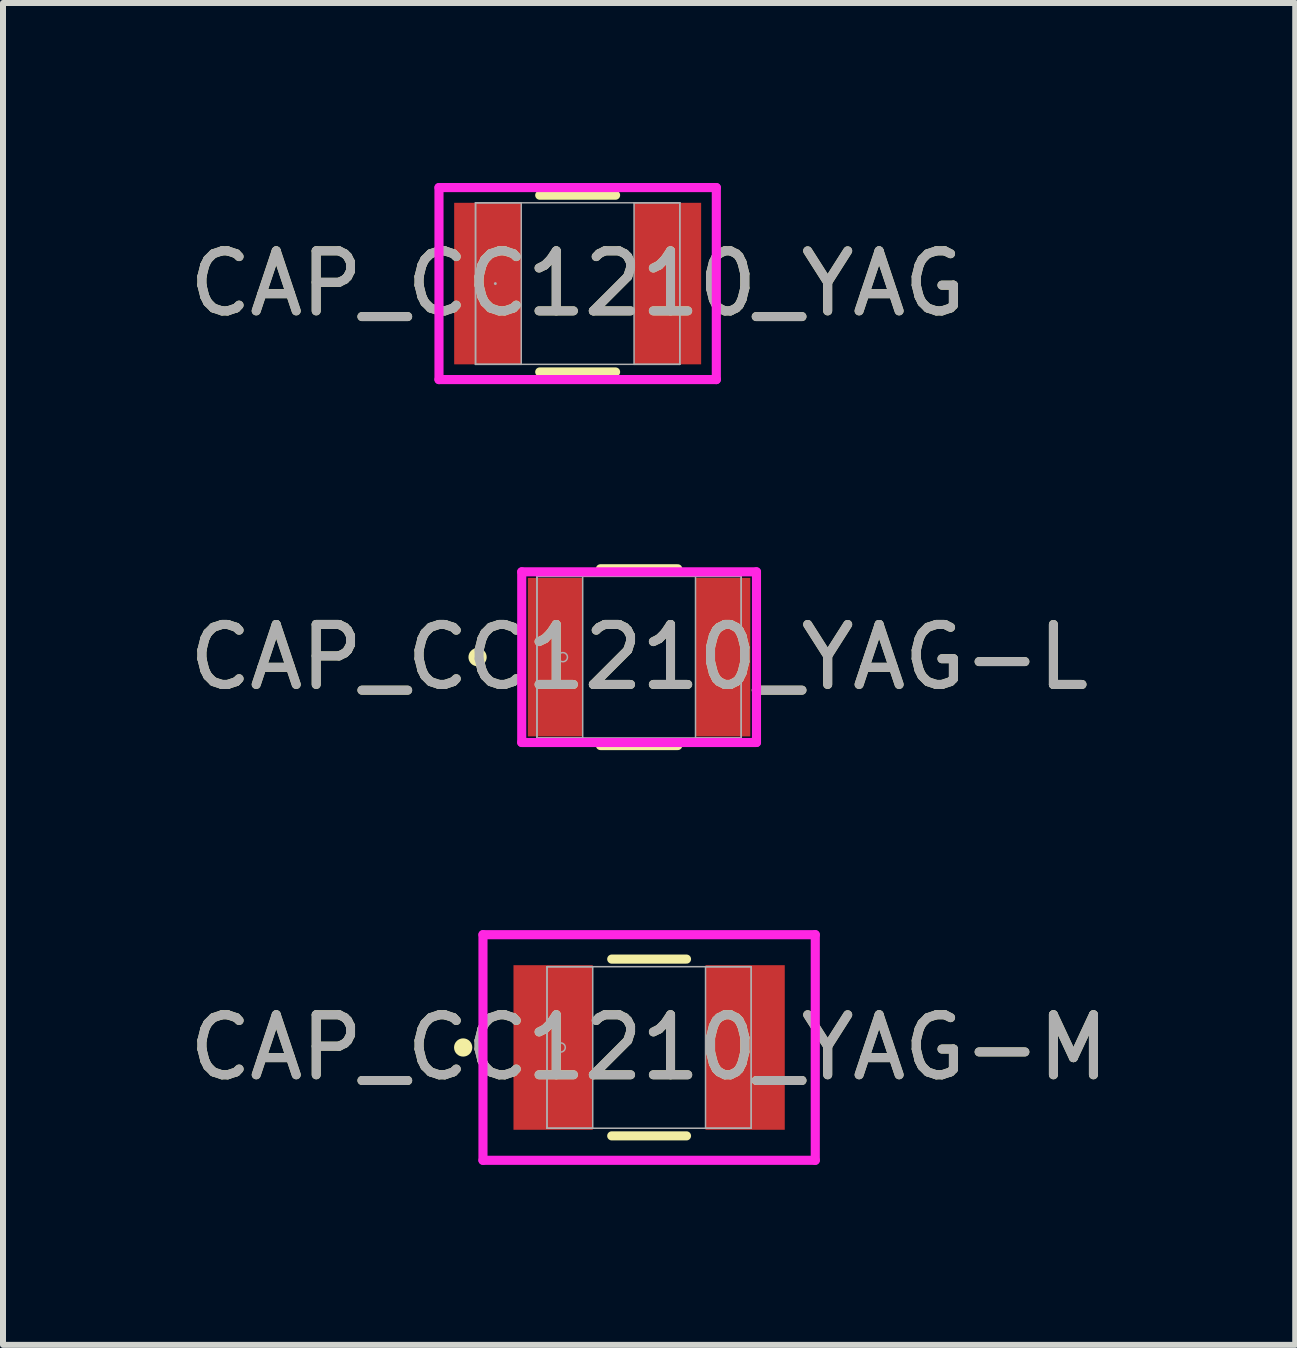
<source format=kicad_pcb>
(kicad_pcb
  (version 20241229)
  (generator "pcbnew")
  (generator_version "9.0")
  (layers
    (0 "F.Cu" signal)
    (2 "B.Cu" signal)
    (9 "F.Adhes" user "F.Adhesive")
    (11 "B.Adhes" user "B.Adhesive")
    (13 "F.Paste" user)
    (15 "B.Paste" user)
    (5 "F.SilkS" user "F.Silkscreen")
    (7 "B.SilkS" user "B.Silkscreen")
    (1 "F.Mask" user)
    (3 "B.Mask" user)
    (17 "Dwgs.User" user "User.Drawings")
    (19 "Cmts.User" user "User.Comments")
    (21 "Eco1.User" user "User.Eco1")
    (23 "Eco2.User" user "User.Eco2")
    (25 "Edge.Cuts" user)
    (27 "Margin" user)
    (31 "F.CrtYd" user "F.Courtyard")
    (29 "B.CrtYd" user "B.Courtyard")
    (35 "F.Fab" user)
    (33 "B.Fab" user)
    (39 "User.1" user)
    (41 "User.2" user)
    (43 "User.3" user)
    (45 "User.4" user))
  (footprint "CAP_CC1210_YAG"
    (layer "F.Cu")
    (at 6.577 1.676)
    (property "Reference" "CAP_CC1210_YAG" (at 0 0 0) (unlocked yes) (layer "F.SilkS") (effects (font (size 1 1) (thickness 0.15))))
    (attr smd)
    (fp_line (start -0.632 1.473) (end 0.632 1.473) (stroke (width 0.152) (type solid)) (layer "F.SilkS"))
    (fp_line (start 0.632 -1.473) (end -0.632 -1.473) (stroke (width 0.152) (type solid)) (layer "F.SilkS"))
    (fp_line (start -2.311 -1.6) (end 2.311 -1.6) (stroke (width 0.152) (type solid)) (layer "F.CrtYd"))
    (fp_line (start -2.311 1.6) (end -2.311 -1.6) (stroke (width 0.152) (type solid)) (layer "F.CrtYd"))
    (fp_line (start 2.311 -1.6) (end 2.311 1.6) (stroke (width 0.152) (type solid)) (layer "F.CrtYd"))
    (fp_line (start 2.311 1.6) (end -2.311 1.6) (stroke (width 0.152) (type solid)) (layer "F.CrtYd"))
    (fp_line (start -1.702 -1.346) (end -1.702 1.346) (stroke (width 0.025) (type solid)) (layer "F.Fab"))
    (fp_line (start -1.702 -1.346) (end -1.702 1.346) (stroke (width 0.025) (type solid)) (layer "F.Fab"))
    (fp_line (start -1.702 1.346) (end -0.94 1.346) (stroke (width 0.025) (type solid)) (layer "F.Fab"))
    (fp_line (start -1.702 1.346) (end 1.702 1.346) (stroke (width 0.025) (type solid)) (layer "F.Fab"))
    (fp_line (start -0.94 -1.346) (end -1.702 -1.346) (stroke (width 0.025) (type solid)) (layer "F.Fab"))
    (fp_line (start -0.94 1.346) (end -0.94 -1.346) (stroke (width 0.025) (type solid)) (layer "F.Fab"))
    (fp_line (start 0.94 -1.346) (end 0.94 1.346) (stroke (width 0.025) (type solid)) (layer "F.Fab"))
    (fp_line (start 0.94 1.346) (end 1.702 1.346) (stroke (width 0.025) (type solid)) (layer "F.Fab"))
    (fp_line (start 1.702 -1.346) (end -1.702 -1.346) (stroke (width 0.025) (type solid)) (layer "F.Fab"))
    (fp_line (start 1.702 -1.346) (end 0.94 -1.346) (stroke (width 0.025) (type solid)) (layer "F.Fab"))
    (fp_line (start 1.702 1.346) (end 1.702 -1.346) (stroke (width 0.025) (type solid)) (layer "F.Fab"))
    (fp_line (start 1.702 1.346) (end 1.702 -1.346) (stroke (width 0.025) (type solid)) (layer "F.Fab"))
    (fp_circle (center -1.372 0) (end -1.372 0) (stroke (width 0.025) (type solid)) (fill no) (layer "F.Fab"))
    (fp_text user "${REFERENCE}" (at 0 0 0) (unlocked yes) (layer "F.Fab") (effects (font (size 1 1) (thickness 0.15))))
    (pad "1" smd rect (at -1.499 0) (size 1.118 2.692) (layers "F.Cu" "F.Mask" "F.Paste"))
    (pad "2" smd rect (at 1.499 0) (size 1.118 2.692) (layers "F.Cu" "F.Mask" "F.Paste"))
    (zone (net_name "") (layer "F.Cu") (hatch full 0.508) (connect_pads) (min_thickness 0.254) (filled_areas_thickness no) (keepout (tracks not_allowed) (vias not_allowed) (pads allowed) (copperpour not_allowed) (footprints allowed)) (placement (enabled no)) (fill) (polygon (pts (xy 5.688 0.381) (xy 7.466 0.381) (xy 7.466 2.972) (xy 5.688 2.972)))))
  (footprint "CAP_CC1210_YAG-L"
    (layer "F.Cu")
    (at 7.601 7.902)
    (property "Reference" "CAP_CC1210_YAG-L" (at 0 0 0) (unlocked yes) (layer "F.SilkS") (effects (font (size 1 1) (thickness 0.15))))
    (attr smd)
    (fp_line (start -0.644 1.473) (end 0.644 1.473) (stroke (width 0.152) (type solid)) (layer "F.SilkS"))
    (fp_line (start 0.644 -1.473) (end -0.644 -1.473) (stroke (width 0.152) (type solid)) (layer "F.SilkS"))
    (fp_circle (center -2.692 0) (end -2.616 0) (stroke (width 0.152) (type solid)) (fill no) (layer "F.SilkS"))
    (fp_line (start -1.956 -1.422) (end 1.956 -1.422) (stroke (width 0.152) (type solid)) (layer "F.CrtYd"))
    (fp_line (start -1.956 1.422) (end -1.956 -1.422) (stroke (width 0.152) (type solid)) (layer "F.CrtYd"))
    (fp_line (start 1.956 -1.422) (end 1.956 1.422) (stroke (width 0.152) (type solid)) (layer "F.CrtYd"))
    (fp_line (start 1.956 1.422) (end -1.956 1.422) (stroke (width 0.152) (type solid)) (layer "F.CrtYd"))
    (fp_line (start -1.702 -1.346) (end -1.702 1.346) (stroke (width 0.025) (type solid)) (layer "F.Fab"))
    (fp_line (start -1.702 -1.346) (end -1.702 1.346) (stroke (width 0.025) (type solid)) (layer "F.Fab"))
    (fp_line (start -1.702 1.346) (end -0.94 1.346) (stroke (width 0.025) (type solid)) (layer "F.Fab"))
    (fp_line (start -1.702 1.346) (end 1.702 1.346) (stroke (width 0.025) (type solid)) (layer "F.Fab"))
    (fp_line (start -0.94 -1.346) (end -1.702 -1.346) (stroke (width 0.025) (type solid)) (layer "F.Fab"))
    (fp_line (start -0.94 1.346) (end -0.94 -1.346) (stroke (width 0.025) (type solid)) (layer "F.Fab"))
    (fp_line (start 0.94 -1.346) (end 0.94 1.346) (stroke (width 0.025) (type solid)) (layer "F.Fab"))
    (fp_line (start 0.94 1.346) (end 1.702 1.346) (stroke (width 0.025) (type solid)) (layer "F.Fab"))
    (fp_line (start 1.702 -1.346) (end -1.702 -1.346) (stroke (width 0.025) (type solid)) (layer "F.Fab"))
    (fp_line (start 1.702 -1.346) (end 0.94 -1.346) (stroke (width 0.025) (type solid)) (layer "F.Fab"))
    (fp_line (start 1.702 1.346) (end 1.702 -1.346) (stroke (width 0.025) (type solid)) (layer "F.Fab"))
    (fp_line (start 1.702 1.346) (end 1.702 -1.346) (stroke (width 0.025) (type solid)) (layer "F.Fab"))
    (fp_circle (center -1.27 0) (end -1.194 0) (stroke (width 0.025) (type solid)) (fill no) (layer "F.Fab"))
    (fp_text user "${REFERENCE}" (at 0 0 0) (unlocked yes) (layer "F.Fab") (effects (font (size 1 1) (thickness 0.15))))
    (pad "1" smd rect (at -1.397 0) (size 0.914 2.642) (layers "F.Cu" "F.Mask" "F.Paste"))
    (pad "2" smd rect (at 1.397 0) (size 0.914 2.642) (layers "F.Cu" "F.Mask" "F.Paste"))
    (zone (net_name "") (layer "F.Cu") (hatch full 0.508) (connect_pads) (min_thickness 0.254) (filled_areas_thickness no) (keepout (tracks not_allowed) (vias not_allowed) (pads allowed) (copperpour not_allowed) (footprints allowed)) (placement (enabled no)) (fill) (polygon (pts (xy 6.712 6.607) (xy 8.49 6.607) (xy 8.49 9.198) (xy 6.712 9.198)))))
  (footprint "CAP_CC1210_YAG-M"
    (layer "F.Cu")
    (at 7.768 14.407)
    (property "Reference" "CAP_CC1210_YAG-M" (at 0 0 0) (unlocked yes) (layer "F.SilkS") (effects (font (size 1 1) (thickness 0.15))))
    (attr smd)
    (fp_line (start -0.623 1.473) (end 0.623 1.473) (stroke (width 0.152) (type solid)) (layer "F.SilkS"))
    (fp_line (start 0.623 -1.473) (end -0.623 -1.473) (stroke (width 0.152) (type solid)) (layer "F.SilkS"))
    (fp_circle (center -3.099 0) (end -3.023 0) (stroke (width 0.152) (type solid)) (fill no) (layer "F.SilkS"))
    (fp_line (start -2.769 -1.88) (end 2.769 -1.88) (stroke (width 0.152) (type solid)) (layer "F.CrtYd"))
    (fp_line (start -2.769 1.88) (end -2.769 -1.88) (stroke (width 0.152) (type solid)) (layer "F.CrtYd"))
    (fp_line (start 2.769 -1.88) (end 2.769 1.88) (stroke (width 0.152) (type solid)) (layer "F.CrtYd"))
    (fp_line (start 2.769 1.88) (end -2.769 1.88) (stroke (width 0.152) (type solid)) (layer "F.CrtYd"))
    (fp_line (start -1.702 -1.346) (end -1.702 1.346) (stroke (width 0.025) (type solid)) (layer "F.Fab"))
    (fp_line (start -1.702 -1.346) (end -1.702 1.346) (stroke (width 0.025) (type solid)) (layer "F.Fab"))
    (fp_line (start -1.702 1.346) (end -0.94 1.346) (stroke (width 0.025) (type solid)) (layer "F.Fab"))
    (fp_line (start -1.702 1.346) (end 1.702 1.346) (stroke (width 0.025) (type solid)) (layer "F.Fab"))
    (fp_line (start -0.94 -1.346) (end -1.702 -1.346) (stroke (width 0.025) (type solid)) (layer "F.Fab"))
    (fp_line (start -0.94 1.346) (end -0.94 -1.346) (stroke (width 0.025) (type solid)) (layer "F.Fab"))
    (fp_line (start 0.94 -1.346) (end 0.94 1.346) (stroke (width 0.025) (type solid)) (layer "F.Fab"))
    (fp_line (start 0.94 1.346) (end 1.702 1.346) (stroke (width 0.025) (type solid)) (layer "F.Fab"))
    (fp_line (start 1.702 -1.346) (end -1.702 -1.346) (stroke (width 0.025) (type solid)) (layer "F.Fab"))
    (fp_line (start 1.702 -1.346) (end 0.94 -1.346) (stroke (width 0.025) (type solid)) (layer "F.Fab"))
    (fp_line (start 1.702 1.346) (end 1.702 -1.346) (stroke (width 0.025) (type solid)) (layer "F.Fab"))
    (fp_line (start 1.702 1.346) (end 1.702 -1.346) (stroke (width 0.025) (type solid)) (layer "F.Fab"))
    (fp_circle (center -1.473 0) (end -1.397 0) (stroke (width 0.025) (type solid)) (fill no) (layer "F.Fab"))
    (fp_text user "${REFERENCE}" (at 0 0 0) (unlocked yes) (layer "F.Fab") (effects (font (size 1 1) (thickness 0.15))))
    (pad "1" smd rect (at -1.6 0) (size 1.321 2.743) (layers "F.Cu" "F.Mask" "F.Paste"))
    (pad "2" smd rect (at 1.6 0) (size 1.321 2.743) (layers "F.Cu" "F.Mask" "F.Paste"))
    (zone (net_name "") (layer "F.Cu") (hatch full 0.508) (connect_pads) (min_thickness 0.254) (filled_areas_thickness no) (keepout (tracks not_allowed) (vias not_allowed) (pads allowed) (copperpour not_allowed) (footprints allowed)) (placement (enabled no)) (fill) (polygon (pts (xy 6.879 13.112) (xy 8.657 13.112) (xy 8.657 15.703) (xy 6.879 15.703)))))
  (gr_rect
    (start -3 -3)
    (end 18.536 19.363)
    (stroke (width 0.1) (type default))
    (fill no)
    (layer "Edge.Cuts")))
</source>
